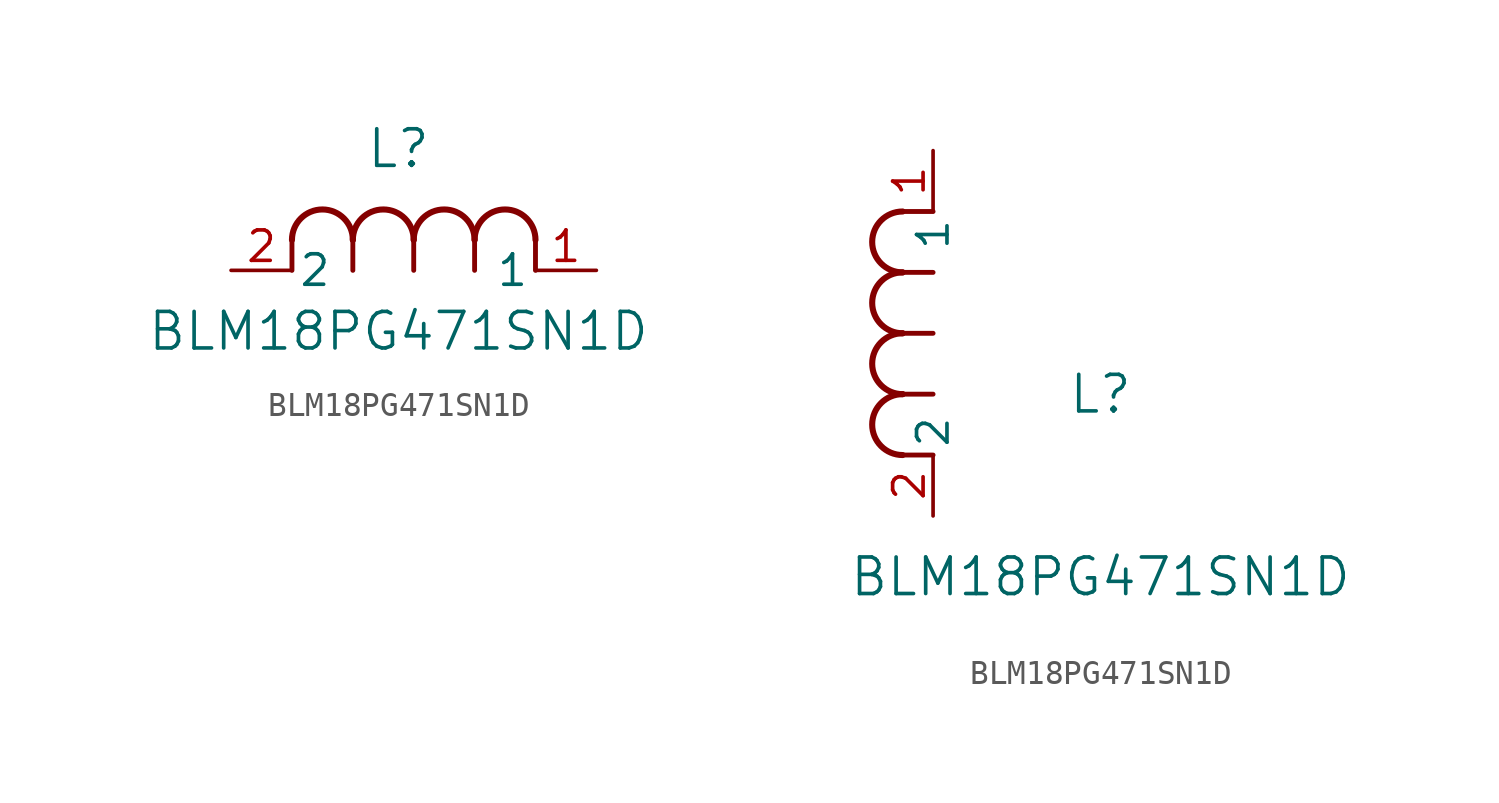
<source format=kicad_sym>
(kicad_symbol_lib
  (version 20211014)
  (generator kicad_symbol_editor)
  (symbol "BLM18PG471SN1D"
    (pin_names
      (offset 0.254))
    (property "Reference" "L"
      (at 6.985 5.08 0)
      (effects (font (size 1.524 1.524))))
    (property "Value" "BLM18PG471SN1D"
      (at 6.985 -2.54 0)
      (effects (font (size 1.524 1.524))))
    (symbol "BLM18PG471SN1D_1_1"
      (arc (start 7.62 1.27) (mid 6.35 2.54) (end 5.08 1.27) (stroke (width 0.254) (type default) (color 0 0 0 0)) (fill (type none)))
      (polyline (pts (xy 5.08 0) (xy 5.08 1.27)) (stroke (width 0.203) (type default) (color 0 0 0 0)) (fill (type none)))
      (polyline (pts (xy 7.62 0) (xy 7.62 1.27)) (stroke (width 0.203) (type default) (color 0 0 0 0)) (fill (type none)))
      (polyline (pts (xy 12.7 0) (xy 12.7 1.27)) (stroke (width 0.203) (type default) (color 0 0 0 0)) (fill (type none)))
      (arc (start 5.08 1.27) (mid 3.81 2.54) (end 2.54 1.27) (stroke (width 0.254) (type default) (color 0 0 0 0)) (fill (type none)))
      (arc (start 10.16 1.27) (mid 8.89 2.54) (end 7.62 1.27) (stroke (width 0.254) (type default) (color 0 0 0 0)) (fill (type none)))
      (arc (start 12.7 1.27) (mid 11.43 2.54) (end 10.16 1.27) (stroke (width 0.254) (type default) (color 0 0 0 0)) (fill (type none)))
      (polyline (pts (xy 2.54 0) (xy 2.54 1.27)) (stroke (width 0.203) (type default) (color 0 0 0 0)) (fill (type none)))
      (polyline (pts (xy 10.16 0) (xy 10.16 1.27)) (stroke (width 0.203) (type default) (color 0 0 0 0)) (fill (type none)))
      (pin unspecified line (at 0 0 0) (length 2.54) (name "2" (effects (font (size 1.27 1.27)))) (number "2" (effects (font (size 1.27 1.27)))))
      (pin unspecified line (at 15.24 0 180) (length 2.54) (name "1" (effects (font (size 1.27 1.27)))) (number "1" (effects (font (size 1.27 1.27))))))
    (symbol "BLM18PG471SN1D_1_2"
      (arc (start -1.27 7.62) (mid -2.54 6.35) (end -1.27 5.08) (stroke (width 0.254) (type default) (color 0 0 0 0)) (fill (type none)))
      (arc (start -1.27 5.08) (mid -2.54 3.81) (end -1.27 2.54) (stroke (width 0.254) (type default) (color 0 0 0 0)) (fill (type none)))
      (arc (start -1.27 12.7) (mid -2.54 11.43) (end -1.27 10.16) (stroke (width 0.254) (type default) (color 0 0 0 0)) (fill (type none)))
      (arc (start -1.27 10.16) (mid -2.54 8.89) (end -1.27 7.62) (stroke (width 0.254) (type default) (color 0 0 0 0)) (fill (type none)))
      (polyline (pts (xy 0 7.62) (xy -1.27 7.62)) (stroke (width 0.203) (type default) (color 0 0 0 0)) (fill (type none)))
      (polyline (pts (xy 0 5.08) (xy -1.27 5.08)) (stroke (width 0.203) (type default) (color 0 0 0 0)) (fill (type none)))
      (polyline (pts (xy 0 12.7) (xy -1.27 12.7)) (stroke (width 0.203) (type default) (color 0 0 0 0)) (fill (type none)))
      (polyline (pts (xy 0 2.54) (xy -1.27 2.54)) (stroke (width 0.203) (type default) (color 0 0 0 0)) (fill (type none)))
      (polyline (pts (xy 0 10.16) (xy -1.27 10.16)) (stroke (width 0.203) (type default) (color 0 0 0 0)) (fill (type none)))
      (pin unspecified line (at 0 0 90) (length 2.54) (name "2" (effects (font (size 1.27 1.27)))) (number "2" (effects (font (size 1.27 1.27)))))
      (pin unspecified line (at 0 15.24 270) (length 2.54) (name "1" (effects (font (size 1.27 1.27)))) (number "1" (effects (font (size 1.27 1.27))))))))
</source>
